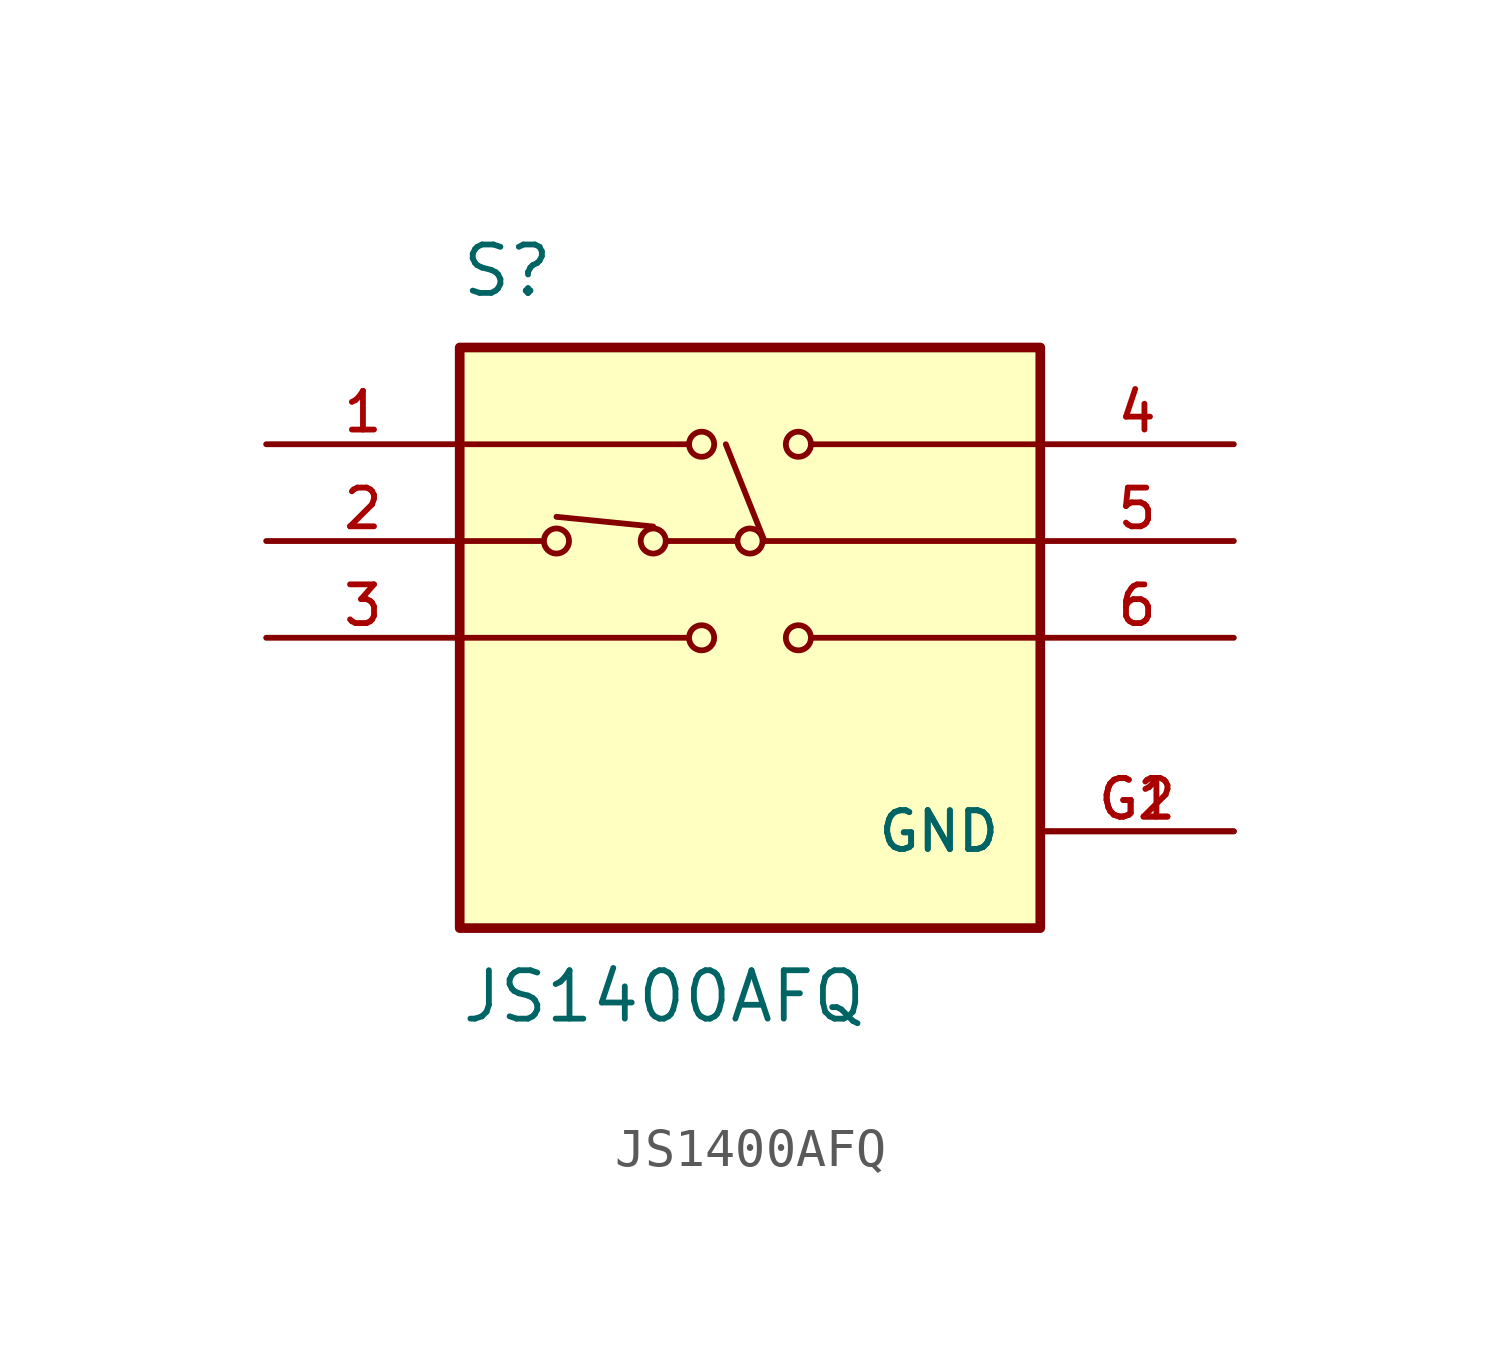
<source format=kicad_sym>
(kicad_symbol_lib
  (version 20211014)
  (generator kicad_symbol_editor)
  (symbol "JS1400AFQ"
    (pin_names
      (offset 1.016))
    (property "Reference" "S"
      (at -7.62 8.89 0)
      (effects (font (size 1.27 1.27)) (justify bottom left)))
    (property "Value" "JS1400AFQ"
      (at -7.62 -10.16 0)
      (effects (font (size 1.27 1.27)) (justify bottom left)))
    (symbol "JS1400AFQ_0_0"
      (circle (center 1.27 5.08) (radius 0.33) (stroke (width 0.152)) (fill (type none)))
      (polyline (pts (xy 7.62 5.08) (xy 1.651 5.08)) (stroke (width 0.152)))
      (circle (center -1.27 5.08) (radius 0.33) (stroke (width 0.152)) (fill (type none)))
      (polyline (pts (xy -7.62 5.08) (xy -1.651 5.08)) (stroke (width 0.152)))
      (circle (center 1.27 0.0) (radius 0.33) (stroke (width 0.152)) (fill (type none)))
      (polyline (pts (xy 7.62 0.0) (xy 1.651 0.0)) (stroke (width 0.152)))
      (circle (center -1.27 0.0) (radius 0.33) (stroke (width 0.152)) (fill (type none)))
      (polyline (pts (xy -7.62 0.0) (xy -1.651 0.0)) (stroke (width 0.152)))
      (circle (center -2.54 2.54) (radius 0.33) (stroke (width 0.152)) (fill (type none)))
      (polyline (pts (xy -0.381 2.54) (xy -2.159 2.54)) (stroke (width 0.152)))
      (circle (center -5.08 2.54) (radius 0.33) (stroke (width 0.152)) (fill (type none)))
      (polyline (pts (xy -7.62 2.54) (xy -5.461 2.54)) (stroke (width 0.152)))
      (circle (center 0.0 2.54) (radius 0.33) (stroke (width 0.152)) (fill (type none)))
      (polyline (pts (xy -0.635 5.08) (xy 0.381 2.54)) (stroke (width 0.152)))
      (polyline (pts (xy -5.08 3.175) (xy -2.54 2.921)) (stroke (width 0.152)))
      (polyline (pts (xy 7.62 2.54) (xy 0.381 2.54)) (stroke (width 0.152)))
      (rectangle (start -7.62 -7.62) (end 7.62 7.62) (stroke (width 0.254)) (fill (type background)))
      (pin passive line (at -12.7 5.08 0) (length 5.08) (name "~" (effects (font (size 1.016 1.016)))) (number "1" (effects (font (size 1.016 1.016)))))
      (pin passive line (at -12.7 2.54 0) (length 5.08) (name "~" (effects (font (size 1.016 1.016)))) (number "2" (effects (font (size 1.016 1.016)))))
      (pin passive line (at -12.7 0.0 0) (length 5.08) (name "~" (effects (font (size 1.016 1.016)))) (number "3" (effects (font (size 1.016 1.016)))))
      (pin passive line (at 12.7 5.08 180.0) (length 5.08) (name "~" (effects (font (size 1.016 1.016)))) (number "4" (effects (font (size 1.016 1.016)))))
      (pin passive line (at 12.7 2.54 180.0) (length 5.08) (name "~" (effects (font (size 1.016 1.016)))) (number "5" (effects (font (size 1.016 1.016)))))
      (pin passive line (at 12.7 0.0 180.0) (length 5.08) (name "~" (effects (font (size 1.016 1.016)))) (number "6" (effects (font (size 1.016 1.016)))))
      (pin power_in line (at 12.7 -5.08 180.0) (length 5.08) (name "GND" (effects (font (size 1.016 1.016)))) (number "G1" (effects (font (size 1.016 1.016)))))
      (pin power_in line (at 12.7 -5.08 180.0) (length 5.08) (name "GND" (effects (font (size 1.016 1.016)))) (number "G2" (effects (font (size 1.016 1.016))))))))
</source>
